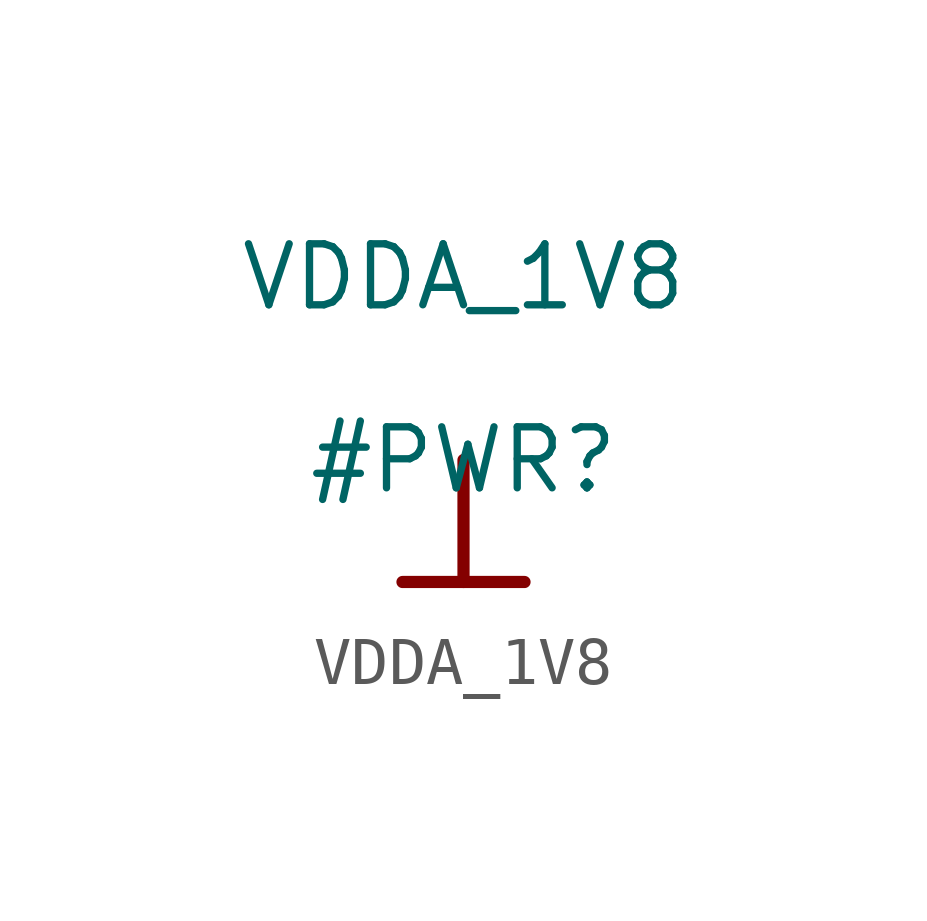
<source format=kicad_sym>
(kicad_symbol_lib
  (version 20220914)
  (generator kicad_symbol_editor)
  (symbol "VDDA_1V8"
    (power)
    (property "Reference" "#PWR"
      (at 0 0 0)
      (effects (font (size 1.27 1.27))))
    (property "Value" "VDDA_1V8"
      (at 0 3.81 0)
      (effects (font (size 1.27 1.27))))
    (symbol "VDDA_1V8_0_0"
      (polyline (pts (xy -1.27 -2.54) (xy 1.27 -2.54)) (stroke (width 0.254) (type solid)) (fill (type none)))
      (polyline (pts (xy 0 0) (xy 0 -2.54)) (stroke (width 0.254) (type solid)) (fill (type none)))
      (pin power_in line (at 0 0 0) (length 0) hide (name "VDDA_1V8" (effects (font (size 1.27 1.27)))) (number "" (effects (font (size 1.27 1.27))))))))
</source>
